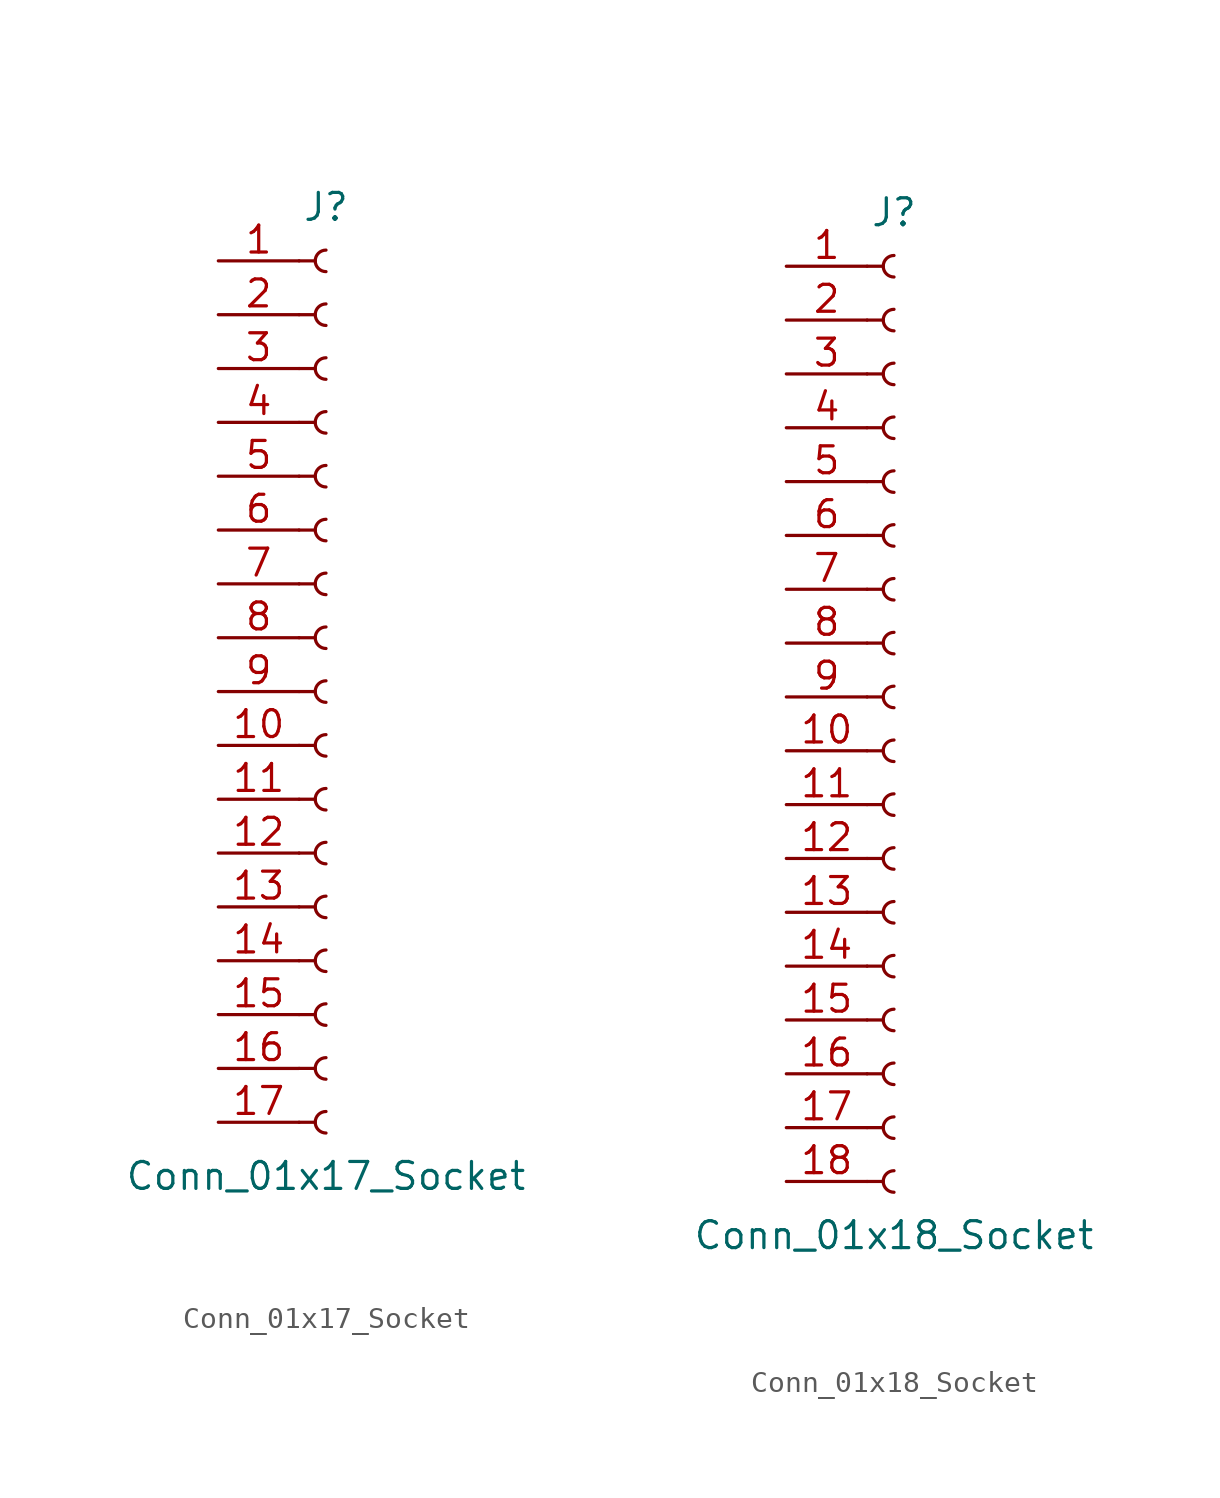
<source format=kicad_sym>
(kicad_symbol_lib
  (version 20220914)
  (generator kicad_symbol_editor)
  (symbol "Conn_01x17_Socket"
    (pin_names
      (offset 1.016) hide)
    (property "Reference" "J"
      (at 0 22.86 0)
      (effects (font (size 1.27 1.27))))
    (property "Value" "Conn_01x17_Socket"
      (at 0 -22.86 0)
      (effects (font (size 1.27 1.27))))
    (property "ki_locked" ""
      (at 0 0 0)
      (effects (font (size 1.27 1.27))))
    (symbol "Conn_01x17_Socket_1_1"
      (arc (start 0 -19.812) (mid -0.5058 -20.32) (end 0 -20.828) (stroke (width 0.1524) (type default)) (fill (type none)))
      (arc (start 0 -17.272) (mid -0.5058 -17.78) (end 0 -18.288) (stroke (width 0.1524) (type default)) (fill (type none)))
      (arc (start 0 -14.732) (mid -0.5058 -15.24) (end 0 -15.748) (stroke (width 0.1524) (type default)) (fill (type none)))
      (arc (start 0 -12.192) (mid -0.5058 -12.7) (end 0 -13.208) (stroke (width 0.1524) (type default)) (fill (type none)))
      (arc (start 0 -9.652) (mid -0.5058 -10.16) (end 0 -10.668) (stroke (width 0.1524) (type default)) (fill (type none)))
      (arc (start 0 -7.112) (mid -0.5058 -7.62) (end 0 -8.128) (stroke (width 0.1524) (type default)) (fill (type none)))
      (arc (start 0 -4.572) (mid -0.5058 -5.08) (end 0 -5.588) (stroke (width 0.1524) (type default)) (fill (type none)))
      (arc (start 0 -2.032) (mid -0.5058 -2.54) (end 0 -3.048) (stroke (width 0.1524) (type default)) (fill (type none)))
      (polyline (pts (xy -1.27 -20.32) (xy -0.508 -20.32)) (stroke (width 0.152) (type default)) (fill (type none)))
      (polyline (pts (xy -1.27 -17.78) (xy -0.508 -17.78)) (stroke (width 0.152) (type default)) (fill (type none)))
      (polyline (pts (xy -1.27 -15.24) (xy -0.508 -15.24)) (stroke (width 0.152) (type default)) (fill (type none)))
      (polyline (pts (xy -1.27 -12.7) (xy -0.508 -12.7)) (stroke (width 0.152) (type default)) (fill (type none)))
      (polyline (pts (xy -1.27 -10.16) (xy -0.508 -10.16)) (stroke (width 0.152) (type default)) (fill (type none)))
      (polyline (pts (xy -1.27 -7.62) (xy -0.508 -7.62)) (stroke (width 0.152) (type default)) (fill (type none)))
      (polyline (pts (xy -1.27 -5.08) (xy -0.508 -5.08)) (stroke (width 0.152) (type default)) (fill (type none)))
      (polyline (pts (xy -1.27 -2.54) (xy -0.508 -2.54)) (stroke (width 0.152) (type default)) (fill (type none)))
      (polyline (pts (xy -1.27 0) (xy -0.508 0)) (stroke (width 0.152) (type default)) (fill (type none)))
      (polyline (pts (xy -1.27 2.54) (xy -0.508 2.54)) (stroke (width 0.152) (type default)) (fill (type none)))
      (polyline (pts (xy -1.27 5.08) (xy -0.508 5.08)) (stroke (width 0.152) (type default)) (fill (type none)))
      (polyline (pts (xy -1.27 7.62) (xy -0.508 7.62)) (stroke (width 0.152) (type default)) (fill (type none)))
      (polyline (pts (xy -1.27 10.16) (xy -0.508 10.16)) (stroke (width 0.152) (type default)) (fill (type none)))
      (polyline (pts (xy -1.27 12.7) (xy -0.508 12.7)) (stroke (width 0.152) (type default)) (fill (type none)))
      (polyline (pts (xy -1.27 15.24) (xy -0.508 15.24)) (stroke (width 0.152) (type default)) (fill (type none)))
      (polyline (pts (xy -1.27 17.78) (xy -0.508 17.78)) (stroke (width 0.152) (type default)) (fill (type none)))
      (polyline (pts (xy -1.27 20.32) (xy -0.508 20.32)) (stroke (width 0.152) (type default)) (fill (type none)))
      (arc (start 0 0.508) (mid -0.5058 0) (end 0 -0.508) (stroke (width 0.1524) (type default)) (fill (type none)))
      (arc (start 0 3.048) (mid -0.5058 2.54) (end 0 2.032) (stroke (width 0.1524) (type default)) (fill (type none)))
      (arc (start 0 5.588) (mid -0.5058 5.08) (end 0 4.572) (stroke (width 0.1524) (type default)) (fill (type none)))
      (arc (start 0 8.128) (mid -0.5058 7.62) (end 0 7.112) (stroke (width 0.1524) (type default)) (fill (type none)))
      (arc (start 0 10.668) (mid -0.5058 10.16) (end 0 9.652) (stroke (width 0.1524) (type default)) (fill (type none)))
      (arc (start 0 13.208) (mid -0.5058 12.7) (end 0 12.192) (stroke (width 0.1524) (type default)) (fill (type none)))
      (arc (start 0 15.748) (mid -0.5058 15.24) (end 0 14.732) (stroke (width 0.1524) (type default)) (fill (type none)))
      (arc (start 0 18.288) (mid -0.5058 17.78) (end 0 17.272) (stroke (width 0.1524) (type default)) (fill (type none)))
      (arc (start 0 20.828) (mid -0.5058 20.32) (end 0 19.812) (stroke (width 0.1524) (type default)) (fill (type none)))
      (pin passive line (at -5.08 20.32 0) (length 3.81) (name "Pin_1" (effects (font (size 1.27 1.27)))) (number "1" (effects (font (size 1.27 1.27)))))
      (pin passive line (at -5.08 -2.54 0) (length 3.81) (name "Pin_10" (effects (font (size 1.27 1.27)))) (number "10" (effects (font (size 1.27 1.27)))))
      (pin passive line (at -5.08 -5.08 0) (length 3.81) (name "Pin_11" (effects (font (size 1.27 1.27)))) (number "11" (effects (font (size 1.27 1.27)))))
      (pin passive line (at -5.08 -7.62 0) (length 3.81) (name "Pin_12" (effects (font (size 1.27 1.27)))) (number "12" (effects (font (size 1.27 1.27)))))
      (pin passive line (at -5.08 -10.16 0) (length 3.81) (name "Pin_13" (effects (font (size 1.27 1.27)))) (number "13" (effects (font (size 1.27 1.27)))))
      (pin passive line (at -5.08 -12.7 0) (length 3.81) (name "Pin_14" (effects (font (size 1.27 1.27)))) (number "14" (effects (font (size 1.27 1.27)))))
      (pin passive line (at -5.08 -15.24 0) (length 3.81) (name "Pin_15" (effects (font (size 1.27 1.27)))) (number "15" (effects (font (size 1.27 1.27)))))
      (pin passive line (at -5.08 -17.78 0) (length 3.81) (name "Pin_16" (effects (font (size 1.27 1.27)))) (number "16" (effects (font (size 1.27 1.27)))))
      (pin passive line (at -5.08 -20.32 0) (length 3.81) (name "Pin_17" (effects (font (size 1.27 1.27)))) (number "17" (effects (font (size 1.27 1.27)))))
      (pin passive line (at -5.08 17.78 0) (length 3.81) (name "Pin_2" (effects (font (size 1.27 1.27)))) (number "2" (effects (font (size 1.27 1.27)))))
      (pin passive line (at -5.08 15.24 0) (length 3.81) (name "Pin_3" (effects (font (size 1.27 1.27)))) (number "3" (effects (font (size 1.27 1.27)))))
      (pin passive line (at -5.08 12.7 0) (length 3.81) (name "Pin_4" (effects (font (size 1.27 1.27)))) (number "4" (effects (font (size 1.27 1.27)))))
      (pin passive line (at -5.08 10.16 0) (length 3.81) (name "Pin_5" (effects (font (size 1.27 1.27)))) (number "5" (effects (font (size 1.27 1.27)))))
      (pin passive line (at -5.08 7.62 0) (length 3.81) (name "Pin_6" (effects (font (size 1.27 1.27)))) (number "6" (effects (font (size 1.27 1.27)))))
      (pin passive line (at -5.08 5.08 0) (length 3.81) (name "Pin_7" (effects (font (size 1.27 1.27)))) (number "7" (effects (font (size 1.27 1.27)))))
      (pin passive line (at -5.08 2.54 0) (length 3.81) (name "Pin_8" (effects (font (size 1.27 1.27)))) (number "8" (effects (font (size 1.27 1.27)))))
      (pin passive line (at -5.08 0 0) (length 3.81) (name "Pin_9" (effects (font (size 1.27 1.27)))) (number "9" (effects (font (size 1.27 1.27)))))))
  (symbol "Conn_01x18_Socket"
    (pin_names
      (offset 1.016) hide)
    (property "Reference" "J"
      (at 0 22.86 0)
      (effects (font (size 1.27 1.27))))
    (property "Value" "Conn_01x18_Socket"
      (at 0 -25.4 0)
      (effects (font (size 1.27 1.27))))
    (property "ki_locked" ""
      (at 0 0 0)
      (effects (font (size 1.27 1.27))))
    (symbol "Conn_01x18_Socket_1_1"
      (arc (start 0 -22.352) (mid -0.5058 -22.86) (end 0 -23.368) (stroke (width 0.1524) (type default)) (fill (type none)))
      (arc (start 0 -19.812) (mid -0.5058 -20.32) (end 0 -20.828) (stroke (width 0.1524) (type default)) (fill (type none)))
      (arc (start 0 -17.272) (mid -0.5058 -17.78) (end 0 -18.288) (stroke (width 0.1524) (type default)) (fill (type none)))
      (arc (start 0 -14.732) (mid -0.5058 -15.24) (end 0 -15.748) (stroke (width 0.1524) (type default)) (fill (type none)))
      (arc (start 0 -12.192) (mid -0.5058 -12.7) (end 0 -13.208) (stroke (width 0.1524) (type default)) (fill (type none)))
      (arc (start 0 -9.652) (mid -0.5058 -10.16) (end 0 -10.668) (stroke (width 0.1524) (type default)) (fill (type none)))
      (arc (start 0 -7.112) (mid -0.5058 -7.62) (end 0 -8.128) (stroke (width 0.1524) (type default)) (fill (type none)))
      (arc (start 0 -4.572) (mid -0.5058 -5.08) (end 0 -5.588) (stroke (width 0.1524) (type default)) (fill (type none)))
      (arc (start 0 -2.032) (mid -0.5058 -2.54) (end 0 -3.048) (stroke (width 0.1524) (type default)) (fill (type none)))
      (polyline (pts (xy -1.27 -22.86) (xy -0.508 -22.86)) (stroke (width 0.152) (type default)) (fill (type none)))
      (polyline (pts (xy -1.27 -20.32) (xy -0.508 -20.32)) (stroke (width 0.152) (type default)) (fill (type none)))
      (polyline (pts (xy -1.27 -17.78) (xy -0.508 -17.78)) (stroke (width 0.152) (type default)) (fill (type none)))
      (polyline (pts (xy -1.27 -15.24) (xy -0.508 -15.24)) (stroke (width 0.152) (type default)) (fill (type none)))
      (polyline (pts (xy -1.27 -12.7) (xy -0.508 -12.7)) (stroke (width 0.152) (type default)) (fill (type none)))
      (polyline (pts (xy -1.27 -10.16) (xy -0.508 -10.16)) (stroke (width 0.152) (type default)) (fill (type none)))
      (polyline (pts (xy -1.27 -7.62) (xy -0.508 -7.62)) (stroke (width 0.152) (type default)) (fill (type none)))
      (polyline (pts (xy -1.27 -5.08) (xy -0.508 -5.08)) (stroke (width 0.152) (type default)) (fill (type none)))
      (polyline (pts (xy -1.27 -2.54) (xy -0.508 -2.54)) (stroke (width 0.152) (type default)) (fill (type none)))
      (polyline (pts (xy -1.27 0) (xy -0.508 0)) (stroke (width 0.152) (type default)) (fill (type none)))
      (polyline (pts (xy -1.27 2.54) (xy -0.508 2.54)) (stroke (width 0.152) (type default)) (fill (type none)))
      (polyline (pts (xy -1.27 5.08) (xy -0.508 5.08)) (stroke (width 0.152) (type default)) (fill (type none)))
      (polyline (pts (xy -1.27 7.62) (xy -0.508 7.62)) (stroke (width 0.152) (type default)) (fill (type none)))
      (polyline (pts (xy -1.27 10.16) (xy -0.508 10.16)) (stroke (width 0.152) (type default)) (fill (type none)))
      (polyline (pts (xy -1.27 12.7) (xy -0.508 12.7)) (stroke (width 0.152) (type default)) (fill (type none)))
      (polyline (pts (xy -1.27 15.24) (xy -0.508 15.24)) (stroke (width 0.152) (type default)) (fill (type none)))
      (polyline (pts (xy -1.27 17.78) (xy -0.508 17.78)) (stroke (width 0.152) (type default)) (fill (type none)))
      (polyline (pts (xy -1.27 20.32) (xy -0.508 20.32)) (stroke (width 0.152) (type default)) (fill (type none)))
      (arc (start 0 0.508) (mid -0.5058 0) (end 0 -0.508) (stroke (width 0.1524) (type default)) (fill (type none)))
      (arc (start 0 3.048) (mid -0.5058 2.54) (end 0 2.032) (stroke (width 0.1524) (type default)) (fill (type none)))
      (arc (start 0 5.588) (mid -0.5058 5.08) (end 0 4.572) (stroke (width 0.1524) (type default)) (fill (type none)))
      (arc (start 0 8.128) (mid -0.5058 7.62) (end 0 7.112) (stroke (width 0.1524) (type default)) (fill (type none)))
      (arc (start 0 10.668) (mid -0.5058 10.16) (end 0 9.652) (stroke (width 0.1524) (type default)) (fill (type none)))
      (arc (start 0 13.208) (mid -0.5058 12.7) (end 0 12.192) (stroke (width 0.1524) (type default)) (fill (type none)))
      (arc (start 0 15.748) (mid -0.5058 15.24) (end 0 14.732) (stroke (width 0.1524) (type default)) (fill (type none)))
      (arc (start 0 18.288) (mid -0.5058 17.78) (end 0 17.272) (stroke (width 0.1524) (type default)) (fill (type none)))
      (arc (start 0 20.828) (mid -0.5058 20.32) (end 0 19.812) (stroke (width 0.1524) (type default)) (fill (type none)))
      (pin passive line (at -5.08 20.32 0) (length 3.81) (name "Pin_1" (effects (font (size 1.27 1.27)))) (number "1" (effects (font (size 1.27 1.27)))))
      (pin passive line (at -5.08 -2.54 0) (length 3.81) (name "Pin_10" (effects (font (size 1.27 1.27)))) (number "10" (effects (font (size 1.27 1.27)))))
      (pin passive line (at -5.08 -5.08 0) (length 3.81) (name "Pin_11" (effects (font (size 1.27 1.27)))) (number "11" (effects (font (size 1.27 1.27)))))
      (pin passive line (at -5.08 -7.62 0) (length 3.81) (name "Pin_12" (effects (font (size 1.27 1.27)))) (number "12" (effects (font (size 1.27 1.27)))))
      (pin passive line (at -5.08 -10.16 0) (length 3.81) (name "Pin_13" (effects (font (size 1.27 1.27)))) (number "13" (effects (font (size 1.27 1.27)))))
      (pin passive line (at -5.08 -12.7 0) (length 3.81) (name "Pin_14" (effects (font (size 1.27 1.27)))) (number "14" (effects (font (size 1.27 1.27)))))
      (pin passive line (at -5.08 -15.24 0) (length 3.81) (name "Pin_15" (effects (font (size 1.27 1.27)))) (number "15" (effects (font (size 1.27 1.27)))))
      (pin passive line (at -5.08 -17.78 0) (length 3.81) (name "Pin_16" (effects (font (size 1.27 1.27)))) (number "16" (effects (font (size 1.27 1.27)))))
      (pin passive line (at -5.08 -20.32 0) (length 3.81) (name "Pin_17" (effects (font (size 1.27 1.27)))) (number "17" (effects (font (size 1.27 1.27)))))
      (pin passive line (at -5.08 -22.86 0) (length 3.81) (name "Pin_18" (effects (font (size 1.27 1.27)))) (number "18" (effects (font (size 1.27 1.27)))))
      (pin passive line (at -5.08 17.78 0) (length 3.81) (name "Pin_2" (effects (font (size 1.27 1.27)))) (number "2" (effects (font (size 1.27 1.27)))))
      (pin passive line (at -5.08 15.24 0) (length 3.81) (name "Pin_3" (effects (font (size 1.27 1.27)))) (number "3" (effects (font (size 1.27 1.27)))))
      (pin passive line (at -5.08 12.7 0) (length 3.81) (name "Pin_4" (effects (font (size 1.27 1.27)))) (number "4" (effects (font (size 1.27 1.27)))))
      (pin passive line (at -5.08 10.16 0) (length 3.81) (name "Pin_5" (effects (font (size 1.27 1.27)))) (number "5" (effects (font (size 1.27 1.27)))))
      (pin passive line (at -5.08 7.62 0) (length 3.81) (name "Pin_6" (effects (font (size 1.27 1.27)))) (number "6" (effects (font (size 1.27 1.27)))))
      (pin passive line (at -5.08 5.08 0) (length 3.81) (name "Pin_7" (effects (font (size 1.27 1.27)))) (number "7" (effects (font (size 1.27 1.27)))))
      (pin passive line (at -5.08 2.54 0) (length 3.81) (name "Pin_8" (effects (font (size 1.27 1.27)))) (number "8" (effects (font (size 1.27 1.27)))))
      (pin passive line (at -5.08 0 0) (length 3.81) (name "Pin_9" (effects (font (size 1.27 1.27)))) (number "9" (effects (font (size 1.27 1.27))))))))
</source>
